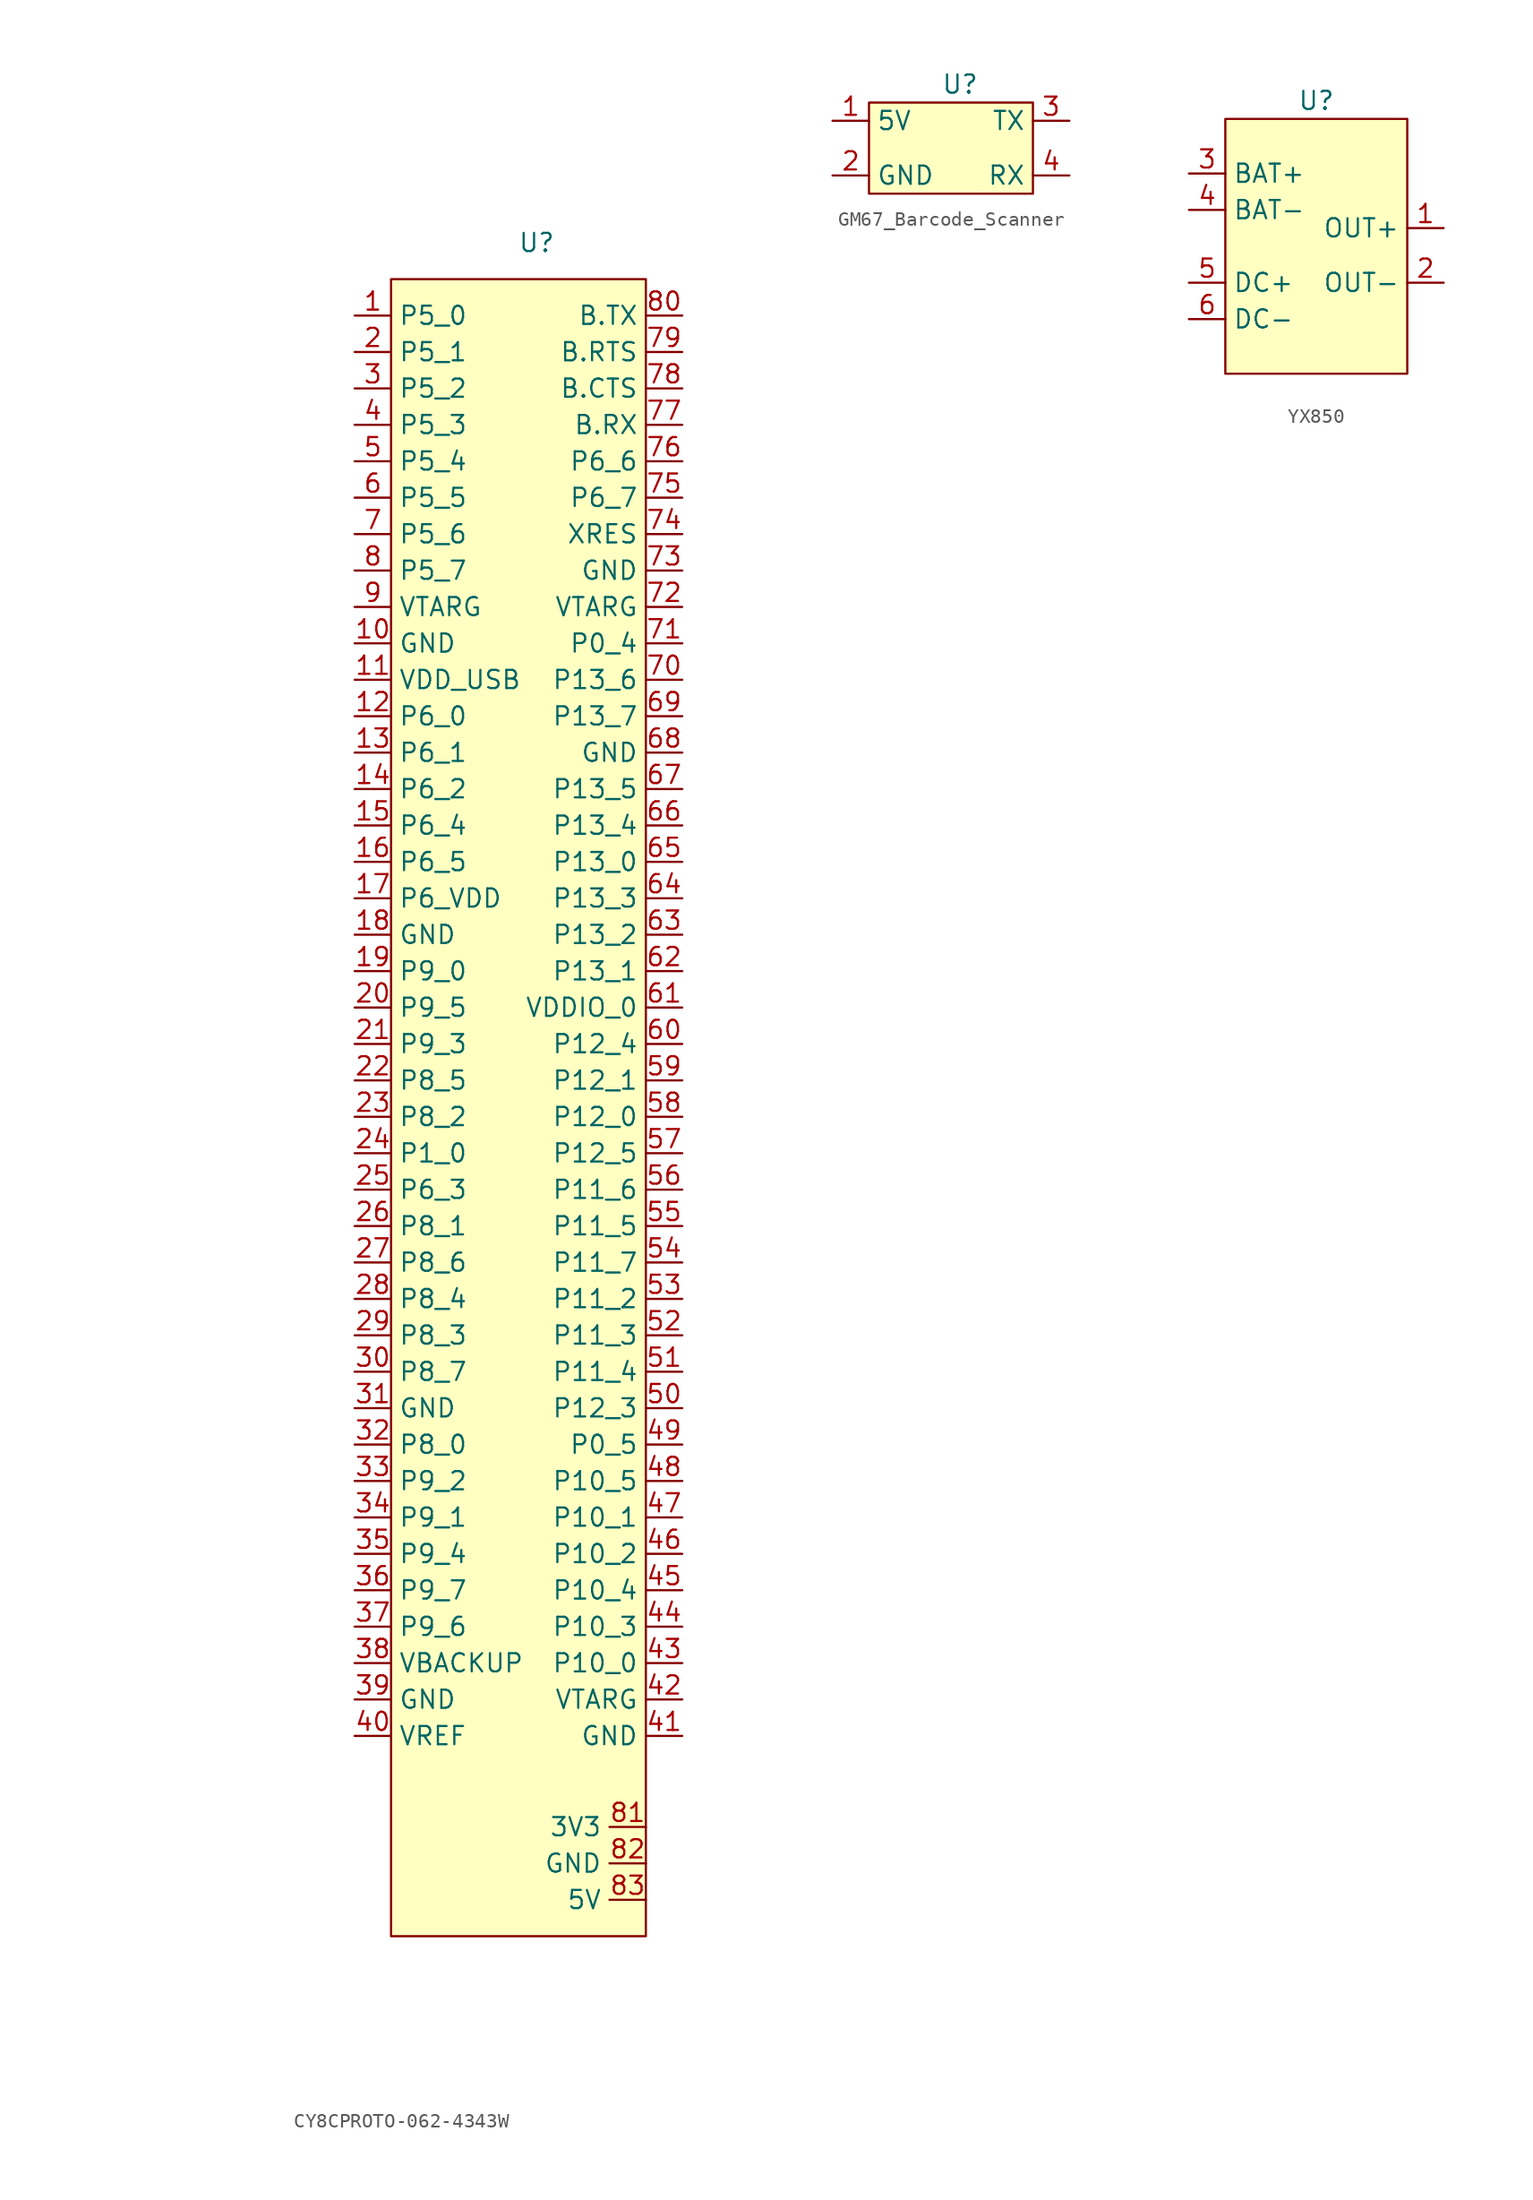
<source format=kicad_sym>
(kicad_symbol_lib
  (version 20220914)
  (generator kicad_symbol_editor)
  (symbol "CY8CPROTO-062-4343W"
    (property "Reference" "U"
      (at 1.27 52.07 0)
      (effects (font (size 1.27 1.27))))
    (property "Value" ""
      (at -27.94 46.99 0)
      (effects (font (size 1.27 1.27))))
    (symbol "CY8CPROTO-062-4343W_1_1"
      (rectangle (start -8.89 49.53) (end 8.89 -66.04) (stroke (width 0) (type default)) (fill (type background)))
      (pin bidirectional line (at -11.43 46.99 0) (length 2.54) (name "P5_0" (effects (font (size 1.27 1.27)))) (number "1" (effects (font (size 1.27 1.27)))))
      (pin bidirectional line (at -11.43 24.13 0) (length 2.54) (name "GND" (effects (font (size 1.27 1.27)))) (number "10" (effects (font (size 1.27 1.27)))))
      (pin bidirectional line (at -11.43 21.59 0) (length 2.54) (name "VDD_USB" (effects (font (size 1.27 1.27)))) (number "11" (effects (font (size 1.27 1.27)))))
      (pin bidirectional line (at -11.43 19.05 0) (length 2.54) (name "P6_0" (effects (font (size 1.27 1.27)))) (number "12" (effects (font (size 1.27 1.27)))))
      (pin bidirectional line (at -11.43 16.51 0) (length 2.54) (name "P6_1" (effects (font (size 1.27 1.27)))) (number "13" (effects (font (size 1.27 1.27)))))
      (pin bidirectional line (at -11.43 13.97 0) (length 2.54) (name "P6_2" (effects (font (size 1.27 1.27)))) (number "14" (effects (font (size 1.27 1.27)))))
      (pin bidirectional line (at -11.43 11.43 0) (length 2.54) (name "P6_4" (effects (font (size 1.27 1.27)))) (number "15" (effects (font (size 1.27 1.27)))))
      (pin bidirectional line (at -11.43 8.89 0) (length 2.54) (name "P6_5" (effects (font (size 1.27 1.27)))) (number "16" (effects (font (size 1.27 1.27)))))
      (pin bidirectional line (at -11.43 6.35 0) (length 2.54) (name "P6_VDD" (effects (font (size 1.27 1.27)))) (number "17" (effects (font (size 1.27 1.27)))))
      (pin bidirectional line (at -11.43 3.81 0) (length 2.54) (name "GND" (effects (font (size 1.27 1.27)))) (number "18" (effects (font (size 1.27 1.27)))))
      (pin bidirectional line (at -11.43 1.27 0) (length 2.54) (name "P9_0" (effects (font (size 1.27 1.27)))) (number "19" (effects (font (size 1.27 1.27)))))
      (pin bidirectional line (at -11.43 44.45 0) (length 2.54) (name "P5_1" (effects (font (size 1.27 1.27)))) (number "2" (effects (font (size 1.27 1.27)))))
      (pin bidirectional line (at -11.43 -1.27 0) (length 2.54) (name "P9_5" (effects (font (size 1.27 1.27)))) (number "20" (effects (font (size 1.27 1.27)))))
      (pin bidirectional line (at -11.43 -3.81 0) (length 2.54) (name "P9_3" (effects (font (size 1.27 1.27)))) (number "21" (effects (font (size 1.27 1.27)))))
      (pin bidirectional line (at -11.43 -6.35 0) (length 2.54) (name "P8_5" (effects (font (size 1.27 1.27)))) (number "22" (effects (font (size 1.27 1.27)))))
      (pin bidirectional line (at -11.43 -8.89 0) (length 2.54) (name "P8_2" (effects (font (size 1.27 1.27)))) (number "23" (effects (font (size 1.27 1.27)))))
      (pin bidirectional line (at -11.43 -11.43 0) (length 2.54) (name "P1_0" (effects (font (size 1.27 1.27)))) (number "24" (effects (font (size 1.27 1.27)))))
      (pin bidirectional line (at -11.43 -13.97 0) (length 2.54) (name "P6_3" (effects (font (size 1.27 1.27)))) (number "25" (effects (font (size 1.27 1.27)))))
      (pin bidirectional line (at -11.43 -16.51 0) (length 2.54) (name "P8_1" (effects (font (size 1.27 1.27)))) (number "26" (effects (font (size 1.27 1.27)))))
      (pin bidirectional line (at -11.43 -19.05 0) (length 2.54) (name "P8_6" (effects (font (size 1.27 1.27)))) (number "27" (effects (font (size 1.27 1.27)))))
      (pin bidirectional line (at -11.43 -21.59 0) (length 2.54) (name "P8_4" (effects (font (size 1.27 1.27)))) (number "28" (effects (font (size 1.27 1.27)))))
      (pin bidirectional line (at -11.43 -24.13 0) (length 2.54) (name "P8_3" (effects (font (size 1.27 1.27)))) (number "29" (effects (font (size 1.27 1.27)))))
      (pin bidirectional line (at -11.43 41.91 0) (length 2.54) (name "P5_2" (effects (font (size 1.27 1.27)))) (number "3" (effects (font (size 1.27 1.27)))))
      (pin bidirectional line (at -11.43 -26.67 0) (length 2.54) (name "P8_7" (effects (font (size 1.27 1.27)))) (number "30" (effects (font (size 1.27 1.27)))))
      (pin bidirectional line (at -11.43 -29.21 0) (length 2.54) (name "GND" (effects (font (size 1.27 1.27)))) (number "31" (effects (font (size 1.27 1.27)))))
      (pin bidirectional line (at -11.43 -31.75 0) (length 2.54) (name "P8_0" (effects (font (size 1.27 1.27)))) (number "32" (effects (font (size 1.27 1.27)))))
      (pin bidirectional line (at -11.43 -34.29 0) (length 2.54) (name "P9_2" (effects (font (size 1.27 1.27)))) (number "33" (effects (font (size 1.27 1.27)))))
      (pin bidirectional line (at -11.43 -36.83 0) (length 2.54) (name "P9_1" (effects (font (size 1.27 1.27)))) (number "34" (effects (font (size 1.27 1.27)))))
      (pin bidirectional line (at -11.43 -39.37 0) (length 2.54) (name "P9_4" (effects (font (size 1.27 1.27)))) (number "35" (effects (font (size 1.27 1.27)))))
      (pin bidirectional line (at -11.43 -41.91 0) (length 2.54) (name "P9_7" (effects (font (size 1.27 1.27)))) (number "36" (effects (font (size 1.27 1.27)))))
      (pin bidirectional line (at -11.43 -44.45 0) (length 2.54) (name "P9_6" (effects (font (size 1.27 1.27)))) (number "37" (effects (font (size 1.27 1.27)))))
      (pin bidirectional line (at -11.43 -46.99 0) (length 2.54) (name "VBACKUP" (effects (font (size 1.27 1.27)))) (number "38" (effects (font (size 1.27 1.27)))))
      (pin bidirectional line (at -11.43 -49.53 0) (length 2.54) (name "GND" (effects (font (size 1.27 1.27)))) (number "39" (effects (font (size 1.27 1.27)))))
      (pin bidirectional line (at -11.43 39.37 0) (length 2.54) (name "P5_3" (effects (font (size 1.27 1.27)))) (number "4" (effects (font (size 1.27 1.27)))))
      (pin bidirectional line (at -11.43 -52.07 0) (length 2.54) (name "VREF" (effects (font (size 1.27 1.27)))) (number "40" (effects (font (size 1.27 1.27)))))
      (pin bidirectional line (at 11.43 -52.07 180) (length 2.54) (name "GND" (effects (font (size 1.27 1.27)))) (number "41" (effects (font (size 1.27 1.27)))))
      (pin bidirectional line (at 11.43 -49.53 180) (length 2.54) (name "VTARG" (effects (font (size 1.27 1.27)))) (number "42" (effects (font (size 1.27 1.27)))))
      (pin bidirectional line (at 11.43 -46.99 180) (length 2.54) (name "P10_0" (effects (font (size 1.27 1.27)))) (number "43" (effects (font (size 1.27 1.27)))))
      (pin bidirectional line (at 11.43 -44.45 180) (length 2.54) (name "P10_3" (effects (font (size 1.27 1.27)))) (number "44" (effects (font (size 1.27 1.27)))))
      (pin bidirectional line (at 11.43 -41.91 180) (length 2.54) (name "P10_4" (effects (font (size 1.27 1.27)))) (number "45" (effects (font (size 1.27 1.27)))))
      (pin bidirectional line (at 11.43 -39.37 180) (length 2.54) (name "P10_2" (effects (font (size 1.27 1.27)))) (number "46" (effects (font (size 1.27 1.27)))))
      (pin bidirectional line (at 11.43 -36.83 180) (length 2.54) (name "P10_1" (effects (font (size 1.27 1.27)))) (number "47" (effects (font (size 1.27 1.27)))))
      (pin bidirectional line (at 11.43 -34.29 180) (length 2.54) (name "P10_5" (effects (font (size 1.27 1.27)))) (number "48" (effects (font (size 1.27 1.27)))))
      (pin bidirectional line (at 11.43 -31.75 180) (length 2.54) (name "P0_5" (effects (font (size 1.27 1.27)))) (number "49" (effects (font (size 1.27 1.27)))))
      (pin bidirectional line (at -11.43 36.83 0) (length 2.54) (name "P5_4" (effects (font (size 1.27 1.27)))) (number "5" (effects (font (size 1.27 1.27)))))
      (pin bidirectional line (at 11.43 -29.21 180) (length 2.54) (name "P12_3" (effects (font (size 1.27 1.27)))) (number "50" (effects (font (size 1.27 1.27)))))
      (pin bidirectional line (at 11.43 -26.67 180) (length 2.54) (name "P11_4" (effects (font (size 1.27 1.27)))) (number "51" (effects (font (size 1.27 1.27)))))
      (pin bidirectional line (at 11.43 -24.13 180) (length 2.54) (name "P11_3" (effects (font (size 1.27 1.27)))) (number "52" (effects (font (size 1.27 1.27)))))
      (pin bidirectional line (at 11.43 -21.59 180) (length 2.54) (name "P11_2" (effects (font (size 1.27 1.27)))) (number "53" (effects (font (size 1.27 1.27)))))
      (pin bidirectional line (at 11.43 -19.05 180) (length 2.54) (name "P11_7" (effects (font (size 1.27 1.27)))) (number "54" (effects (font (size 1.27 1.27)))))
      (pin bidirectional line (at 11.43 -16.51 180) (length 2.54) (name "P11_5" (effects (font (size 1.27 1.27)))) (number "55" (effects (font (size 1.27 1.27)))))
      (pin bidirectional line (at 11.43 -13.97 180) (length 2.54) (name "P11_6" (effects (font (size 1.27 1.27)))) (number "56" (effects (font (size 1.27 1.27)))))
      (pin bidirectional line (at 11.43 -11.43 180) (length 2.54) (name "P12_5" (effects (font (size 1.27 1.27)))) (number "57" (effects (font (size 1.27 1.27)))))
      (pin bidirectional line (at 11.43 -8.89 180) (length 2.54) (name "P12_0" (effects (font (size 1.27 1.27)))) (number "58" (effects (font (size 1.27 1.27)))))
      (pin bidirectional line (at 11.43 -6.35 180) (length 2.54) (name "P12_1" (effects (font (size 1.27 1.27)))) (number "59" (effects (font (size 1.27 1.27)))))
      (pin bidirectional line (at -11.43 34.29 0) (length 2.54) (name "P5_5" (effects (font (size 1.27 1.27)))) (number "6" (effects (font (size 1.27 1.27)))))
      (pin bidirectional line (at 11.43 -3.81 180) (length 2.54) (name "P12_4" (effects (font (size 1.27 1.27)))) (number "60" (effects (font (size 1.27 1.27)))))
      (pin bidirectional line (at 11.43 -1.27 180) (length 2.54) (name "VDDIO_0" (effects (font (size 1.27 1.27)))) (number "61" (effects (font (size 1.27 1.27)))))
      (pin bidirectional line (at 11.43 1.27 180) (length 2.54) (name "P13_1" (effects (font (size 1.27 1.27)))) (number "62" (effects (font (size 1.27 1.27)))))
      (pin bidirectional line (at 11.43 3.81 180) (length 2.54) (name "P13_2" (effects (font (size 1.27 1.27)))) (number "63" (effects (font (size 1.27 1.27)))))
      (pin bidirectional line (at 11.43 6.35 180) (length 2.54) (name "P13_3" (effects (font (size 1.27 1.27)))) (number "64" (effects (font (size 1.27 1.27)))))
      (pin bidirectional line (at 11.43 8.89 180) (length 2.54) (name "P13_0" (effects (font (size 1.27 1.27)))) (number "65" (effects (font (size 1.27 1.27)))))
      (pin bidirectional line (at 11.43 11.43 180) (length 2.54) (name "P13_4" (effects (font (size 1.27 1.27)))) (number "66" (effects (font (size 1.27 1.27)))))
      (pin bidirectional line (at 11.43 13.97 180) (length 2.54) (name "P13_5" (effects (font (size 1.27 1.27)))) (number "67" (effects (font (size 1.27 1.27)))))
      (pin bidirectional line (at 11.43 16.51 180) (length 2.54) (name "GND" (effects (font (size 1.27 1.27)))) (number "68" (effects (font (size 1.27 1.27)))))
      (pin bidirectional line (at 11.43 19.05 180) (length 2.54) (name "P13_7" (effects (font (size 1.27 1.27)))) (number "69" (effects (font (size 1.27 1.27)))))
      (pin bidirectional line (at -11.43 31.75 0) (length 2.54) (name "P5_6" (effects (font (size 1.27 1.27)))) (number "7" (effects (font (size 1.27 1.27)))))
      (pin bidirectional line (at 11.43 21.59 180) (length 2.54) (name "P13_6" (effects (font (size 1.27 1.27)))) (number "70" (effects (font (size 1.27 1.27)))))
      (pin bidirectional line (at 11.43 24.13 180) (length 2.54) (name "P0_4" (effects (font (size 1.27 1.27)))) (number "71" (effects (font (size 1.27 1.27)))))
      (pin bidirectional line (at 11.43 26.67 180) (length 2.54) (name "VTARG" (effects (font (size 1.27 1.27)))) (number "72" (effects (font (size 1.27 1.27)))))
      (pin bidirectional line (at 11.43 29.21 180) (length 2.54) (name "GND" (effects (font (size 1.27 1.27)))) (number "73" (effects (font (size 1.27 1.27)))))
      (pin bidirectional line (at 11.43 31.75 180) (length 2.54) (name "XRES" (effects (font (size 1.27 1.27)))) (number "74" (effects (font (size 1.27 1.27)))))
      (pin bidirectional line (at 11.43 34.29 180) (length 2.54) (name "P6_7" (effects (font (size 1.27 1.27)))) (number "75" (effects (font (size 1.27 1.27)))))
      (pin bidirectional line (at 11.43 36.83 180) (length 2.54) (name "P6_6" (effects (font (size 1.27 1.27)))) (number "76" (effects (font (size 1.27 1.27)))))
      (pin bidirectional line (at 11.43 39.37 180) (length 2.54) (name "B.RX" (effects (font (size 1.27 1.27)))) (number "77" (effects (font (size 1.27 1.27)))))
      (pin bidirectional line (at 11.43 41.91 180) (length 2.54) (name "B.CTS" (effects (font (size 1.27 1.27)))) (number "78" (effects (font (size 1.27 1.27)))))
      (pin bidirectional line (at 11.43 44.45 180) (length 2.54) (name "B.RTS" (effects (font (size 1.27 1.27)))) (number "79" (effects (font (size 1.27 1.27)))))
      (pin bidirectional line (at -11.43 29.21 0) (length 2.54) (name "P5_7" (effects (font (size 1.27 1.27)))) (number "8" (effects (font (size 1.27 1.27)))))
      (pin bidirectional line (at 11.43 46.99 180) (length 2.54) (name "B.TX" (effects (font (size 1.27 1.27)))) (number "80" (effects (font (size 1.27 1.27)))))
      (pin power_in line (at 8.89 -58.42 180) (length 2.54) (name "3V3" (effects (font (size 1.27 1.27)))) (number "81" (effects (font (size 1.27 1.27)))))
      (pin bidirectional line (at 8.89 -60.96 180) (length 2.54) (name "GND" (effects (font (size 1.27 1.27)))) (number "82" (effects (font (size 1.27 1.27)))))
      (pin power_in line (at 8.89 -63.5 180) (length 2.54) (name "5V" (effects (font (size 1.27 1.27)))) (number "83" (effects (font (size 1.27 1.27)))))
      (pin bidirectional line (at -11.43 26.67 0) (length 2.54) (name "VTARG" (effects (font (size 1.27 1.27)))) (number "9" (effects (font (size 1.27 1.27)))))))
  (symbol "GM67_Barcode_Scanner"
    (property "Reference" "U"
      (at 0 5.08 0)
      (effects (font (size 1.27 1.27))))
    (property "Value" ""
      (at -5.08 5.08 0)
      (effects (font (size 1.27 1.27))))
    (symbol "GM67_Barcode_Scanner_1_1"
      (rectangle (start -6.35 3.81) (end 5.08 -2.54) (stroke (width 0) (type default)) (fill (type background)))
      (pin power_in line (at -8.89 2.54 0) (length 2.54) (name "5V" (effects (font (size 1.27 1.27)))) (number "1" (effects (font (size 1.27 1.27)))))
      (pin power_in line (at -8.89 -1.27 0) (length 2.54) (name "GND" (effects (font (size 1.27 1.27)))) (number "2" (effects (font (size 1.27 1.27)))))
      (pin output line (at 7.62 2.54 180) (length 2.54) (name "TX" (effects (font (size 1.27 1.27)))) (number "3" (effects (font (size 1.27 1.27)))))
      (pin input line (at 7.62 -1.27 180) (length 2.54) (name "RX" (effects (font (size 1.27 1.27)))) (number "4" (effects (font (size 1.27 1.27)))))))
  (symbol "YX850"
    (property "Reference" "U"
      (at 0 10.16 0)
      (effects (font (size 1.27 1.27))))
    (property "Value" ""
      (at 1.27 3.81 0)
      (effects (font (size 1.27 1.27))))
    (symbol "YX850_1_1"
      (rectangle (start -6.35 8.89) (end 6.35 -8.89) (stroke (width 0) (type default)) (fill (type background)))
      (pin output line (at 8.89 1.27 180) (length 2.54) (name "OUT+" (effects (font (size 1.27 1.27)))) (number "1" (effects (font (size 1.27 1.27)))))
      (pin output line (at 8.89 -2.54 180) (length 2.54) (name "OUT-" (effects (font (size 1.27 1.27)))) (number "2" (effects (font (size 1.27 1.27)))))
      (pin input line (at -8.89 5.08 0) (length 2.54) (name "BAT+" (effects (font (size 1.27 1.27)))) (number "3" (effects (font (size 1.27 1.27)))))
      (pin input line (at -8.89 2.54 0) (length 2.54) (name "BAT-" (effects (font (size 1.27 1.27)))) (number "4" (effects (font (size 1.27 1.27)))))
      (pin input line (at -8.89 -2.54 0) (length 2.54) (name "DC+" (effects (font (size 1.27 1.27)))) (number "5" (effects (font (size 1.27 1.27)))))
      (pin input line (at -8.89 -5.08 0) (length 2.54) (name "DC-" (effects (font (size 1.27 1.27)))) (number "6" (effects (font (size 1.27 1.27))))))))
</source>
